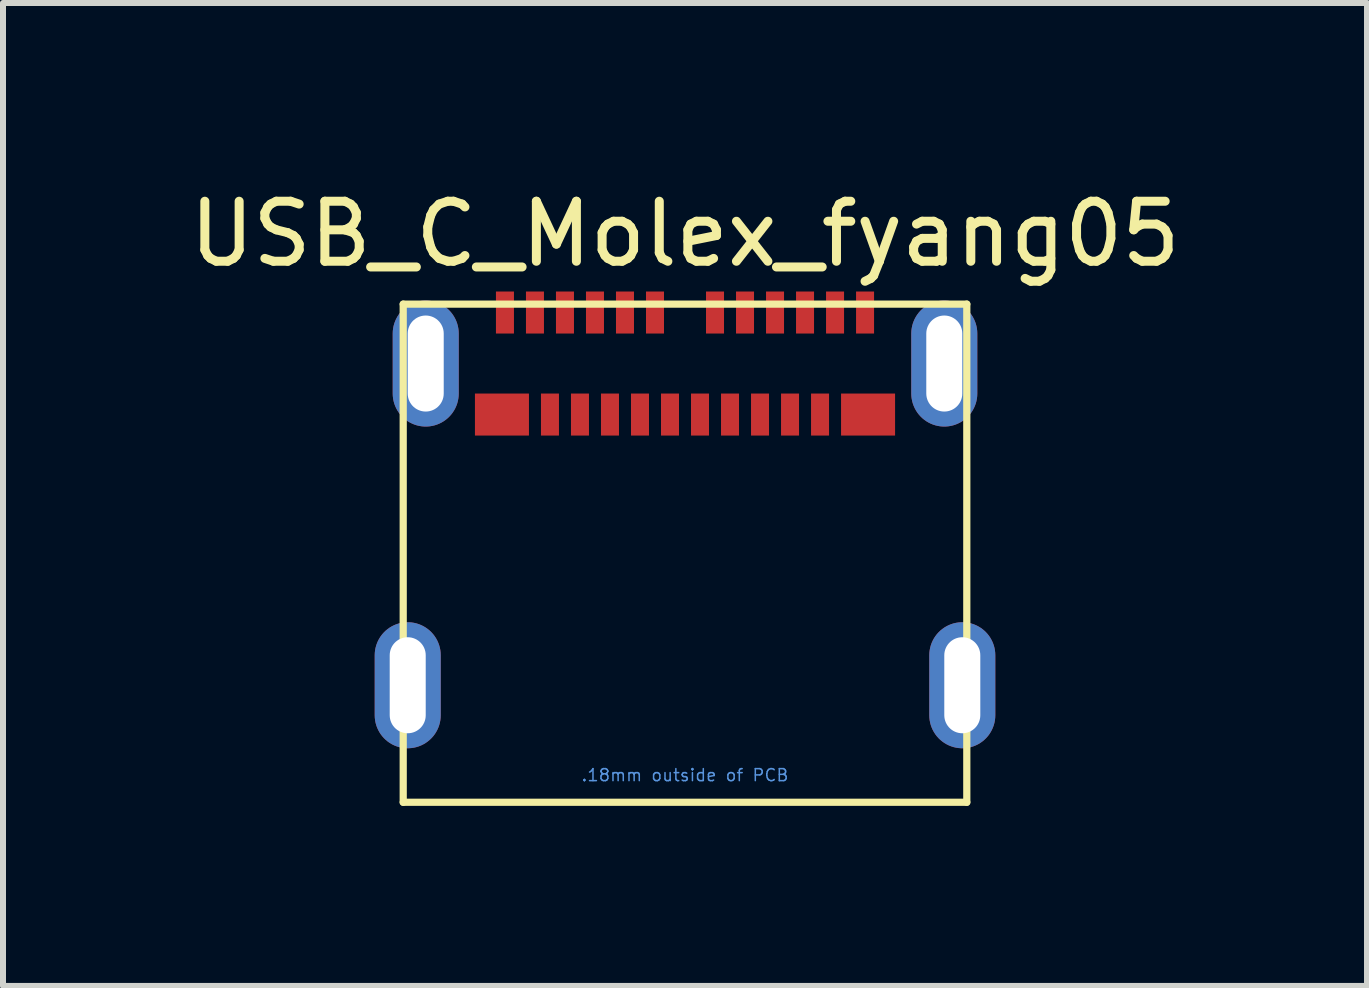
<source format=kicad_pcb>
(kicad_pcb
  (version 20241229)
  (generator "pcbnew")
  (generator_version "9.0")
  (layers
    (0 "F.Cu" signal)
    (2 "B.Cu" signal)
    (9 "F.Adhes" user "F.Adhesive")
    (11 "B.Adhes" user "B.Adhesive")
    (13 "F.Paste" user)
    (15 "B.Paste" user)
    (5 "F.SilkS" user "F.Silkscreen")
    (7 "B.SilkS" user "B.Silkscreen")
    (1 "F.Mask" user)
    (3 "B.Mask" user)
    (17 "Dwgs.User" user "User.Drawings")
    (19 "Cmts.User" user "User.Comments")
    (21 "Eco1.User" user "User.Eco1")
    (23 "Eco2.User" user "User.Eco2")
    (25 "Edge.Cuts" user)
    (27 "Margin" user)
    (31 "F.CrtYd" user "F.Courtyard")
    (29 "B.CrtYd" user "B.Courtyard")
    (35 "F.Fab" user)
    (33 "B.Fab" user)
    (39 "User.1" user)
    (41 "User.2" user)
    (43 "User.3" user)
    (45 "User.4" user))
  (footprint "USB_C_Molex_fyang05"
    (layer "F.Cu")
    (at 8.363 3.007)
    (property "Reference" "USB_C_Molex_fyang05" (at 0 -2.159 0) (layer "F.SilkS") (effects (font (size 1 1) (thickness 0.15))))
    (attr through_hole)
    (fp_line (start -4.695 -0.99) (end -4.695 7.31) (stroke (width 0.12) (type solid)) (layer "F.SilkS"))
    (fp_line (start -4.695 -0.99) (end 4.695 -0.99) (stroke (width 0.12) (type solid)) (layer "F.SilkS"))
    (fp_line (start -4.695 7.31) (end 4.695 7.31) (stroke (width 0.12) (type solid)) (layer "F.SilkS"))
    (fp_line (start 4.695 7.31) (end 4.695 -0.99) (stroke (width 0.12) (type solid)) (layer "F.SilkS"))
    (fp_text user ".18mm outside of PCB" (at 0 6.858 0) (layer "Cmts.User") (effects (font (size 0.2 0.2) (thickness 0.025))))
    (pad "A1" smd rect (at -3 -0.85) (size 0.3 0.7) (layers "F.Cu" "F.Mask" "F.Paste"))
    (pad "A2" smd rect (at -2.5 -0.85) (size 0.3 0.7) (layers "F.Cu" "F.Mask" "F.Paste"))
    (pad "A3" smd rect (at -2 -0.85) (size 0.3 0.7) (layers "F.Cu" "F.Mask" "F.Paste"))
    (pad "A4" smd rect (at -1.5 -0.85) (size 0.3 0.7) (layers "F.Cu" "F.Mask" "F.Paste"))
    (pad "A5" smd rect (at -1 -0.85) (size 0.3 0.7) (layers "F.Cu" "F.Mask" "F.Paste"))
    (pad "A6" smd rect (at -0.5 -0.85) (size 0.3 0.7) (layers "F.Cu" "F.Mask" "F.Paste"))
    (pad "A7" smd rect (at 0.5 -0.85) (size 0.3 0.7) (layers "F.Cu" "F.Mask" "F.Paste"))
    (pad "A8" smd rect (at 1 -0.85) (size 0.3 0.7) (layers "F.Cu" "F.Mask" "F.Paste"))
    (pad "A9" smd rect (at 1.5 -0.85) (size 0.3 0.7) (layers "F.Cu" "F.Mask" "F.Paste"))
    (pad "A10" smd rect (at 2 -0.85) (size 0.3 0.7) (layers "F.Cu" "F.Mask" "F.Paste"))
    (pad "A11" smd rect (at 2.5 -0.85) (size 0.3 0.7) (layers "F.Cu" "F.Mask" "F.Paste"))
    (pad "A12" smd rect (at 3 -0.85) (size 0.3 0.7) (layers "F.Cu" "F.Mask" "F.Paste"))
    (pad "B1" smd rect (at 3.05 0.85) (size 0.9 0.7) (layers "F.Cu" "F.Mask" "F.Paste"))
    (pad "B2" smd rect (at 2.25 0.85) (size 0.3 0.7) (layers "F.Cu" "F.Mask" "F.Paste"))
    (pad "B3" smd rect (at 1.75 0.85) (size 0.3 0.7) (layers "F.Cu" "F.Mask" "F.Paste"))
    (pad "B4" smd rect (at 1.25 0.85) (size 0.3 0.7) (layers "F.Cu" "F.Mask" "F.Paste"))
    (pad "B5" smd rect (at 0.75 0.85) (size 0.3 0.7) (layers "F.Cu" "F.Mask" "F.Paste"))
    (pad "B6" smd rect (at 0.25 0.85) (size 0.3 0.7) (layers "F.Cu" "F.Mask" "F.Paste"))
    (pad "B7" smd rect (at -0.25 0.85) (size 0.3 0.7) (layers "F.Cu" "F.Mask" "F.Paste"))
    (pad "B8" smd rect (at -0.75 0.85) (size 0.3 0.7) (layers "F.Cu" "F.Mask" "F.Paste"))
    (pad "B9" smd rect (at -1.25 0.85) (size 0.3 0.7) (layers "F.Cu" "F.Mask" "F.Paste"))
    (pad "B10" smd rect (at -1.75 0.85) (size 0.3 0.7) (layers "F.Cu" "F.Mask" "F.Paste"))
    (pad "B11" smd rect (at -2.25 0.85) (size 0.3 0.7) (layers "F.Cu" "F.Mask" "F.Paste"))
    (pad "B12" smd rect (at -3.05 0.85) (size 0.9 0.7) (layers "F.Cu" "F.Mask" "F.Paste"))
    (pad "S1" thru_hole oval (at -4.62 5.36) (size 1.1 2.1) (drill oval 0.6 1.6) (layers "*.Cu" "*.Mask"))
    (pad "S1" thru_hole oval (at -4.32 0) (size 1.1 2.1) (drill oval 0.6 1.6) (layers "*.Cu" "*.Mask"))
    (pad "S1" thru_hole oval (at 4.32 0) (size 1.1 2.1) (drill oval 0.6 1.6) (layers "*.Cu" "*.Mask"))
    (pad "S1" thru_hole oval (at 4.62 5.36) (size 1.1 2.1) (drill oval 0.6 1.6) (layers "*.Cu" "*.Mask")))
  (gr_rect
    (start -3 -3)
    (end 19.726 13.377)
    (stroke (width 0.1) (type default))
    (fill no)
    (layer "Edge.Cuts")))
</source>
